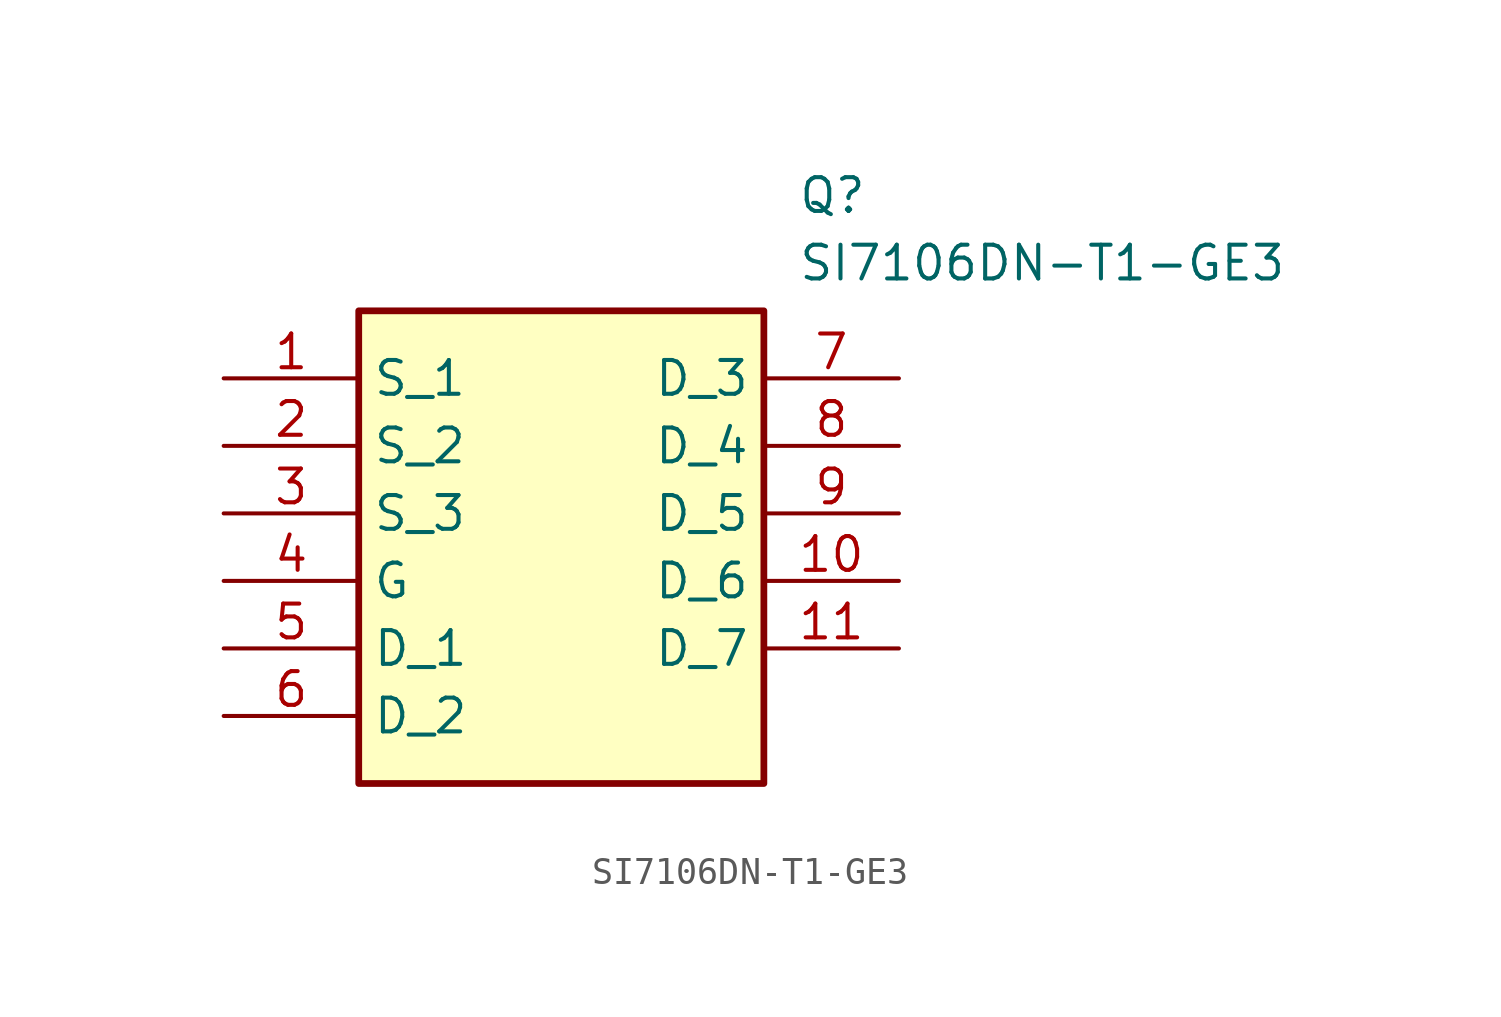
<source format=kicad_sym>
(kicad_symbol_lib
  (version 20211014)
  (generator SamacSys_ECAD_Model)
  (symbol "SI7106DN-T1-GE3"
    (property "Reference" "Q"
      (at 21.59 7.62 0)
      (effects (font (size 1.27 1.27)) (justify left top)))
    (property "Value" "SI7106DN-T1-GE3"
      (at 21.59 5.08 0)
      (effects (font (size 1.27 1.27)) (justify left top)))
    (rectangle
      (start 5.08 2.54)
      (end 20.32 -15.24)
      (stroke (width 0.254) (type default))
      (fill (type background)))
    (pin passive line
      (at 0 0 0)
      (length 5.08)
      (name "S_1" (effects (font (size 1.27 1.27))))
      (number "1" (effects (font (size 1.27 1.27)))))
    (pin passive line
      (at 0 -2.54 0)
      (length 5.08)
      (name "S_2" (effects (font (size 1.27 1.27))))
      (number "2" (effects (font (size 1.27 1.27)))))
    (pin passive line
      (at 0 -5.08 0)
      (length 5.08)
      (name "S_3" (effects (font (size 1.27 1.27))))
      (number "3" (effects (font (size 1.27 1.27)))))
    (pin passive line
      (at 0 -7.62 0)
      (length 5.08)
      (name "G" (effects (font (size 1.27 1.27))))
      (number "4" (effects (font (size 1.27 1.27)))))
    (pin passive line
      (at 0 -10.16 0)
      (length 5.08)
      (name "D_1" (effects (font (size 1.27 1.27))))
      (number "5" (effects (font (size 1.27 1.27)))))
    (pin passive line
      (at 0 -12.7 0)
      (length 5.08)
      (name "D_2" (effects (font (size 1.27 1.27))))
      (number "6" (effects (font (size 1.27 1.27)))))
    (pin passive line
      (at 25.4 0 180)
      (length 5.08)
      (name "D_3" (effects (font (size 1.27 1.27))))
      (number "7" (effects (font (size 1.27 1.27)))))
    (pin passive line
      (at 25.4 -2.54 180)
      (length 5.08)
      (name "D_4" (effects (font (size 1.27 1.27))))
      (number "8" (effects (font (size 1.27 1.27)))))
    (pin passive line
      (at 25.4 -5.08 180)
      (length 5.08)
      (name "D_5" (effects (font (size 1.27 1.27))))
      (number "9" (effects (font (size 1.27 1.27)))))
    (pin passive line
      (at 25.4 -7.62 180)
      (length 5.08)
      (name "D_6" (effects (font (size 1.27 1.27))))
      (number "10" (effects (font (size 1.27 1.27)))))
    (pin passive line
      (at 25.4 -10.16 180)
      (length 5.08)
      (name "D_7" (effects (font (size 1.27 1.27))))
      (number "11" (effects (font (size 1.27 1.27)))))))
</source>
